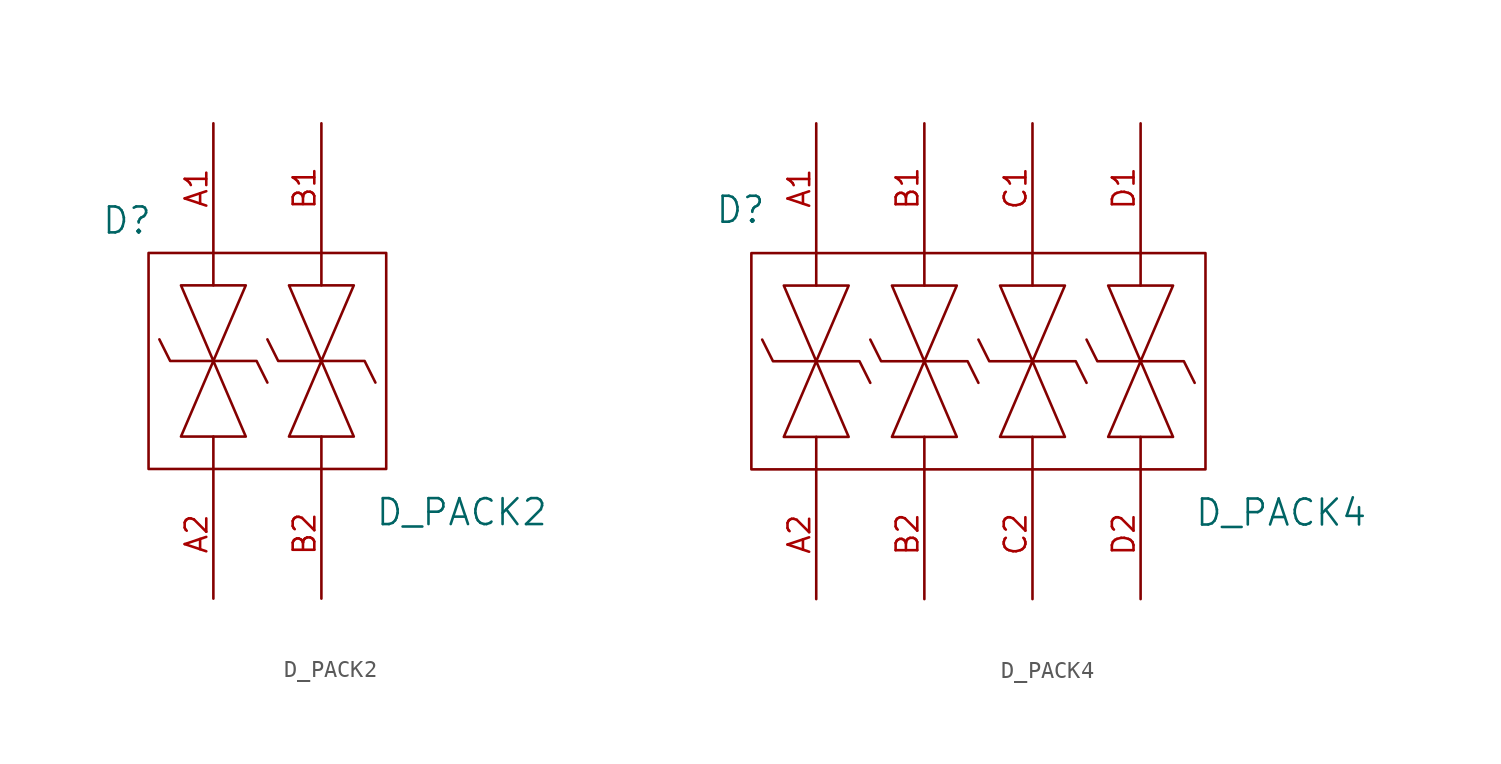
<source format=kicad_sym>
(kicad_symbol_lib
  (version 20211014)
  (generator kicad_symbol_editor)
  (symbol "D_PACK2"
    (pin_names
      (offset 1.016))
    (property "Reference" "D"
      (at -5.08 8.255 0)
      (effects (font (size 1.524 1.524))))
    (property "Value" "D_PACK2"
      (at 14.605 -8.89 0)
      (effects (font (size 1.524 1.524))))
    (property "Footprint" ""
      (at 3.175 0 0)
      (effects (font (size 1.524 1.524))))
    (property "Datasheet" ""
      (at 3.175 0 0)
      (effects (font (size 1.524 1.524))))
    (symbol "D_PACK2_0_1"
      (rectangle (start -3.81 6.35) (end 10.16 -6.35) (stroke (width 0) (type default) (color 0 0 0 0)) (fill (type none)))
      (polyline (pts (xy 0 -6.35) (xy 0 -4.445) (xy 0 -4.445)) (stroke (width 0) (type default) (color 0 0 0 0)) (fill (type none)))
      (polyline (pts (xy 0 4.445) (xy 0 6.35) (xy 0 6.35)) (stroke (width 0) (type default) (color 0 0 0 0)) (fill (type none)))
      (polyline (pts (xy 6.35 -6.35) (xy 6.35 -4.445) (xy 6.35 -4.445)) (stroke (width 0) (type default) (color 0 0 0 0)) (fill (type none)))
      (polyline (pts (xy 6.35 4.445) (xy 6.35 6.35) (xy 6.35 6.35)) (stroke (width 0) (type default) (color 0 0 0 0)) (fill (type none)))
      (polyline (pts (xy -3.175 1.27) (xy -2.54 0) (xy 0 0) (xy 2.54 0) (xy 3.175 -1.27) (xy 3.175 -1.27)) (stroke (width 0) (type default) (color 0 0 0 0)) (fill (type none)))
      (polyline (pts (xy 1.905 -4.445) (xy -1.905 -4.445) (xy 1.905 4.445) (xy -1.905 4.445) (xy 1.905 -4.445) (xy 1.905 -4.445)) (stroke (width 0) (type default) (color 0 0 0 0)) (fill (type none)))
      (polyline (pts (xy 3.175 1.27) (xy 3.81 0) (xy 6.35 0) (xy 8.89 0) (xy 9.525 -1.27) (xy 9.525 -1.27)) (stroke (width 0) (type default) (color 0 0 0 0)) (fill (type none)))
      (polyline (pts (xy 8.255 -4.445) (xy 4.445 -4.445) (xy 8.255 4.445) (xy 4.445 4.445) (xy 8.255 -4.445) (xy 8.255 -4.445)) (stroke (width 0) (type default) (color 0 0 0 0)) (fill (type none))))
    (symbol "D_PACK2_1_1"
      (pin input line (at 0 13.97 270) (length 7.62) (name "~" (effects (font (size 1.27 1.27)))) (number "A1" (effects (font (size 1.27 1.27)))))
      (pin input line (at 0 -13.97 90) (length 7.62) (name "~" (effects (font (size 1.27 1.27)))) (number "A2" (effects (font (size 1.27 1.27)))))
      (pin input line (at 6.35 13.97 270) (length 7.62) (name "~" (effects (font (size 1.27 1.27)))) (number "B1" (effects (font (size 1.27 1.27)))))
      (pin input line (at 6.35 -13.97 90) (length 7.62) (name "~" (effects (font (size 1.27 1.27)))) (number "B2" (effects (font (size 1.27 1.27)))))))
  (symbol "D_PACK4"
    (pin_names
      (offset 1.016))
    (property "Reference" "D"
      (at -13.97 8.89 0)
      (effects (font (size 1.524 1.524))))
    (property "Value" "D_PACK4"
      (at 17.78 -8.89 0)
      (effects (font (size 1.524 1.524))))
    (property "Footprint" ""
      (at 0 0 0)
      (effects (font (size 1.524 1.524))))
    (property "Datasheet" ""
      (at 0 0 0)
      (effects (font (size 1.524 1.524))))
    (symbol "D_PACK4_0_1"
      (rectangle (start -13.335 6.35) (end 13.335 -6.35) (stroke (width 0) (type default) (color 0 0 0 0)) (fill (type none)))
      (polyline (pts (xy -9.525 -6.35) (xy -9.525 -4.445) (xy -9.525 -4.445)) (stroke (width 0) (type default) (color 0 0 0 0)) (fill (type none)))
      (polyline (pts (xy -9.525 4.445) (xy -9.525 6.35) (xy -9.525 6.35)) (stroke (width 0) (type default) (color 0 0 0 0)) (fill (type none)))
      (polyline (pts (xy -3.175 -6.35) (xy -3.175 -4.445) (xy -3.175 -4.445)) (stroke (width 0) (type default) (color 0 0 0 0)) (fill (type none)))
      (polyline (pts (xy -3.175 4.445) (xy -3.175 6.35) (xy -3.175 6.35)) (stroke (width 0) (type default) (color 0 0 0 0)) (fill (type none)))
      (polyline (pts (xy 3.175 -6.35) (xy 3.175 -4.445) (xy 3.175 -4.445)) (stroke (width 0) (type default) (color 0 0 0 0)) (fill (type none)))
      (polyline (pts (xy 3.175 4.445) (xy 3.175 6.35) (xy 3.175 6.35)) (stroke (width 0) (type default) (color 0 0 0 0)) (fill (type none)))
      (polyline (pts (xy 9.525 -6.35) (xy 9.525 -4.445) (xy 9.525 -4.445)) (stroke (width 0) (type default) (color 0 0 0 0)) (fill (type none)))
      (polyline (pts (xy 9.525 4.445) (xy 9.525 6.35) (xy 9.525 6.35)) (stroke (width 0) (type default) (color 0 0 0 0)) (fill (type none)))
      (polyline (pts (xy -12.7 1.27) (xy -12.065 0) (xy -9.525 0) (xy -6.985 0) (xy -6.35 -1.27) (xy -6.35 -1.27)) (stroke (width 0) (type default) (color 0 0 0 0)) (fill (type none)))
      (polyline (pts (xy -7.62 -4.445) (xy -11.43 -4.445) (xy -7.62 4.445) (xy -11.43 4.445) (xy -7.62 -4.445) (xy -7.62 -4.445)) (stroke (width 0) (type default) (color 0 0 0 0)) (fill (type none)))
      (polyline (pts (xy -6.35 1.27) (xy -5.715 0) (xy -3.175 0) (xy -0.635 0) (xy 0 -1.27) (xy 0 -1.27)) (stroke (width 0) (type default) (color 0 0 0 0)) (fill (type none)))
      (polyline (pts (xy -1.27 -4.445) (xy -5.08 -4.445) (xy -1.27 4.445) (xy -5.08 4.445) (xy -1.27 -4.445) (xy -1.27 -4.445)) (stroke (width 0) (type default) (color 0 0 0 0)) (fill (type none)))
      (polyline (pts (xy 0 1.27) (xy 0.635 0) (xy 3.175 0) (xy 5.715 0) (xy 6.35 -1.27) (xy 6.35 -1.27)) (stroke (width 0) (type default) (color 0 0 0 0)) (fill (type none)))
      (polyline (pts (xy 5.08 -4.445) (xy 1.27 -4.445) (xy 5.08 4.445) (xy 1.27 4.445) (xy 5.08 -4.445) (xy 5.08 -4.445)) (stroke (width 0) (type default) (color 0 0 0 0)) (fill (type none)))
      (polyline (pts (xy 6.35 1.27) (xy 6.985 0) (xy 9.525 0) (xy 12.065 0) (xy 12.7 -1.27) (xy 12.7 -1.27)) (stroke (width 0) (type default) (color 0 0 0 0)) (fill (type none)))
      (polyline (pts (xy 11.43 -4.445) (xy 7.62 -4.445) (xy 11.43 4.445) (xy 7.62 4.445) (xy 11.43 -4.445) (xy 11.43 -4.445)) (stroke (width 0) (type default) (color 0 0 0 0)) (fill (type none))))
    (symbol "D_PACK4_1_1"
      (pin input line (at -9.525 13.97 270) (length 7.62) (name "~" (effects (font (size 1.27 1.27)))) (number "A1" (effects (font (size 1.27 1.27)))))
      (pin input line (at -9.525 -13.97 90) (length 7.62) (name "~" (effects (font (size 1.27 1.27)))) (number "A2" (effects (font (size 1.27 1.27)))))
      (pin input line (at -3.175 13.97 270) (length 7.62) (name "~" (effects (font (size 1.27 1.27)))) (number "B1" (effects (font (size 1.27 1.27)))))
      (pin input line (at -3.175 -13.97 90) (length 7.62) (name "~" (effects (font (size 1.27 1.27)))) (number "B2" (effects (font (size 1.27 1.27)))))
      (pin input line (at 3.175 13.97 270) (length 7.62) (name "~" (effects (font (size 1.27 1.27)))) (number "C1" (effects (font (size 1.27 1.27)))))
      (pin input line (at 3.175 -13.97 90) (length 7.62) (name "~" (effects (font (size 1.27 1.27)))) (number "C2" (effects (font (size 1.27 1.27)))))
      (pin input line (at 9.525 13.97 270) (length 7.62) (name "~" (effects (font (size 1.27 1.27)))) (number "D1" (effects (font (size 1.27 1.27)))))
      (pin input line (at 9.525 -13.97 90) (length 7.62) (name "~" (effects (font (size 1.27 1.27)))) (number "D2" (effects (font (size 1.27 1.27))))))))
</source>
